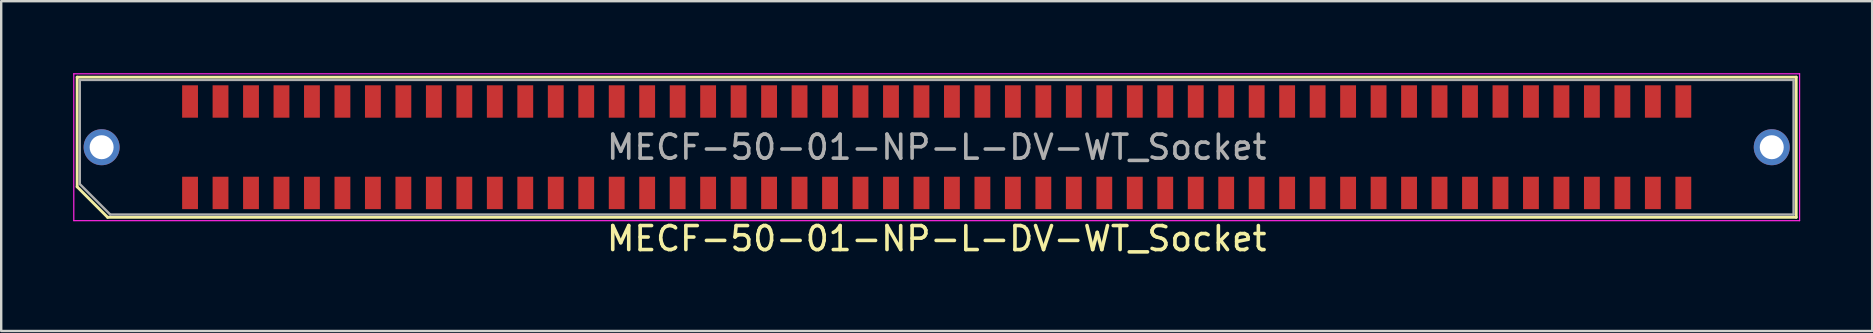
<source format=kicad_pcb>
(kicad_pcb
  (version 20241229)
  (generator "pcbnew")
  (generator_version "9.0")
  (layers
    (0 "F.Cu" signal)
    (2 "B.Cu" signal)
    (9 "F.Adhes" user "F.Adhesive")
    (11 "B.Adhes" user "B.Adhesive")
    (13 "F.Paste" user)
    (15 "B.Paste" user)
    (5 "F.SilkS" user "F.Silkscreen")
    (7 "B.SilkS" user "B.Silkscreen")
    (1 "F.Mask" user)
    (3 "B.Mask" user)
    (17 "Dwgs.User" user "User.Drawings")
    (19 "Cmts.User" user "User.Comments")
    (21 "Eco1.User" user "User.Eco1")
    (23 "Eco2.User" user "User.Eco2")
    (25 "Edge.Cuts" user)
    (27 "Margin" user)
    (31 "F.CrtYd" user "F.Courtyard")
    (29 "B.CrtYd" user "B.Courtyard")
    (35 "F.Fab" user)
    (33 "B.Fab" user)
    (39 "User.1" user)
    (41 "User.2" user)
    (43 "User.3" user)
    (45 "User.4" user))
  (footprint "MECF-50-01-NP-L-DV-WT_Socket"
    (layer "F.Cu")
    (at 35.985 3.085)
    (property "Reference" "MECF-50-01-NP-L-DV-WT_Socket" (at 0 3.81 0) (layer "F.SilkS") (effects (font (size 1 1) (thickness 0.15))))
    (attr smd)
    (fp_line (start -35.82 -2.92) (end 35.82 -2.92) (stroke (width 0.12) (type solid)) (layer "F.SilkS"))
    (fp_line (start -35.82 1.65) (end -35.82 -2.92) (stroke (width 0.12) (type solid)) (layer "F.SilkS"))
    (fp_line (start -34.55 2.92) (end -35.82 1.65) (stroke (width 0.12) (type solid)) (layer "F.SilkS"))
    (fp_line (start -34.55 2.92) (end 35.82 2.92) (stroke (width 0.12) (type solid)) (layer "F.SilkS"))
    (fp_line (start 35.82 2.92) (end 35.82 -2.92) (stroke (width 0.12) (type solid)) (layer "F.SilkS"))
    (fp_line (start -35.96 -3.06) (end -35.96 3.06) (stroke (width 0.05) (type solid)) (layer "F.CrtYd"))
    (fp_line (start -35.96 3.06) (end 35.96 3.06) (stroke (width 0.05) (type solid)) (layer "F.CrtYd"))
    (fp_line (start 35.96 -3.06) (end -35.96 -3.06) (stroke (width 0.05) (type solid)) (layer "F.CrtYd"))
    (fp_line (start 35.96 3.06) (end 35.96 -3.06) (stroke (width 0.05) (type solid)) (layer "F.CrtYd"))
    (fp_line (start -35.71 -2.805) (end 35.71 -2.805) (stroke (width 0.1) (type solid)) (layer "F.Fab"))
    (fp_line (start -35.71 1.535) (end -35.71 -2.805) (stroke (width 0.1) (type solid)) (layer "F.Fab"))
    (fp_line (start -35.71 1.535) (end -34.44 2.805) (stroke (width 0.1) (type solid)) (layer "F.Fab"))
    (fp_line (start -34.44 2.805) (end 35.71 2.805) (stroke (width 0.1) (type solid)) (layer "F.Fab"))
    (fp_line (start 35.71 2.805) (end 35.71 -2.805) (stroke (width 0.1) (type solid)) (layer "F.Fab"))
    (fp_text user "${REFERENCE}" (at 0 0 0) (layer "F.Fab") (effects (font (size 1 1) (thickness 0.15))))
    (pad "" thru_hole circle (at -34.8 0) (size 1.5 1.5) (drill 1) (layers "*.Cu" "*.Mask"))
    (pad "" np_thru_hole circle (at -32.895 0) (size 0.001 0.001) (drill 1.45) (layers "*.Cu" "*.Mask"))
    (pad "" np_thru_hole circle (at 32.895 1) (size 0.001 0.001) (drill 1.45) (layers "*.Cu" "*.Mask"))
    (pad "" thru_hole circle (at 34.8 0) (size 1.5 1.5) (drill 1) (layers "*.Cu" "*.Mask"))
    (pad "1" smd rect (at -31.115 1.905) (size 0.66 1.35) (layers "F.Cu" "F.Mask" "F.Paste"))
    (pad "2" smd rect (at -31.115 -1.905) (size 0.66 1.35) (layers "F.Cu" "F.Mask" "F.Paste"))
    (pad "3" smd rect (at -29.845 1.905) (size 0.66 1.35) (layers "F.Cu" "F.Mask" "F.Paste"))
    (pad "4" smd rect (at -29.845 -1.905) (size 0.66 1.35) (layers "F.Cu" "F.Mask" "F.Paste"))
    (pad "5" smd rect (at -28.575 1.905) (size 0.66 1.35) (layers "F.Cu" "F.Mask" "F.Paste"))
    (pad "6" smd rect (at -28.575 -1.905) (size 0.66 1.35) (layers "F.Cu" "F.Mask" "F.Paste"))
    (pad "7" smd rect (at -27.305 1.905) (size 0.66 1.35) (layers "F.Cu" "F.Mask" "F.Paste"))
    (pad "8" smd rect (at -27.305 -1.905) (size 0.66 1.35) (layers "F.Cu" "F.Mask" "F.Paste"))
    (pad "9" smd rect (at -26.035 1.905) (size 0.66 1.35) (layers "F.Cu" "F.Mask" "F.Paste"))
    (pad "10" smd rect (at -26.035 -1.905) (size 0.66 1.35) (layers "F.Cu" "F.Mask" "F.Paste"))
    (pad "11" smd rect (at -24.765 1.905) (size 0.66 1.35) (layers "F.Cu" "F.Mask" "F.Paste"))
    (pad "12" smd rect (at -24.765 -1.905) (size 0.66 1.35) (layers "F.Cu" "F.Mask" "F.Paste"))
    (pad "13" smd rect (at -23.495 1.905) (size 0.66 1.35) (layers "F.Cu" "F.Mask" "F.Paste"))
    (pad "14" smd rect (at -23.495 -1.905) (size 0.66 1.35) (layers "F.Cu" "F.Mask" "F.Paste"))
    (pad "15" smd rect (at -22.225 1.905) (size 0.66 1.35) (layers "F.Cu" "F.Mask" "F.Paste"))
    (pad "16" smd rect (at -22.225 -1.905) (size 0.66 1.35) (layers "F.Cu" "F.Mask" "F.Paste"))
    (pad "17" smd rect (at -20.955 1.905) (size 0.66 1.35) (layers "F.Cu" "F.Mask" "F.Paste"))
    (pad "18" smd rect (at -20.955 -1.905) (size 0.66 1.35) (layers "F.Cu" "F.Mask" "F.Paste"))
    (pad "19" smd rect (at -19.685 1.905) (size 0.66 1.35) (layers "F.Cu" "F.Mask" "F.Paste"))
    (pad "20" smd rect (at -19.685 -1.905) (size 0.66 1.35) (layers "F.Cu" "F.Mask" "F.Paste"))
    (pad "21" smd rect (at -18.415 1.905) (size 0.66 1.35) (layers "F.Cu" "F.Mask" "F.Paste"))
    (pad "22" smd rect (at -18.415 -1.905) (size 0.66 1.35) (layers "F.Cu" "F.Mask" "F.Paste"))
    (pad "23" smd rect (at -17.145 1.905) (size 0.66 1.35) (layers "F.Cu" "F.Mask" "F.Paste"))
    (pad "24" smd rect (at -17.145 -1.905) (size 0.66 1.35) (layers "F.Cu" "F.Mask" "F.Paste"))
    (pad "25" smd rect (at -15.875 1.905) (size 0.66 1.35) (layers "F.Cu" "F.Mask" "F.Paste"))
    (pad "26" smd rect (at -15.875 -1.905) (size 0.66 1.35) (layers "F.Cu" "F.Mask" "F.Paste"))
    (pad "27" smd rect (at -14.605 1.905) (size 0.66 1.35) (layers "F.Cu" "F.Mask" "F.Paste"))
    (pad "28" smd rect (at -14.605 -1.905) (size 0.66 1.35) (layers "F.Cu" "F.Mask" "F.Paste"))
    (pad "29" smd rect (at -13.335 1.905) (size 0.66 1.35) (layers "F.Cu" "F.Mask" "F.Paste"))
    (pad "30" smd rect (at -13.335 -1.905) (size 0.66 1.35) (layers "F.Cu" "F.Mask" "F.Paste"))
    (pad "31" smd rect (at -12.065 1.905) (size 0.66 1.35) (layers "F.Cu" "F.Mask" "F.Paste"))
    (pad "32" smd rect (at -12.065 -1.905) (size 0.66 1.35) (layers "F.Cu" "F.Mask" "F.Paste"))
    (pad "33" smd rect (at -10.795 1.905) (size 0.66 1.35) (layers "F.Cu" "F.Mask" "F.Paste"))
    (pad "34" smd rect (at -10.795 -1.905) (size 0.66 1.35) (layers "F.Cu" "F.Mask" "F.Paste"))
    (pad "35" smd rect (at -9.525 1.905) (size 0.66 1.35) (layers "F.Cu" "F.Mask" "F.Paste"))
    (pad "36" smd rect (at -9.525 -1.905) (size 0.66 1.35) (layers "F.Cu" "F.Mask" "F.Paste"))
    (pad "37" smd rect (at -8.255 1.905) (size 0.66 1.35) (layers "F.Cu" "F.Mask" "F.Paste"))
    (pad "38" smd rect (at -8.255 -1.905) (size 0.66 1.35) (layers "F.Cu" "F.Mask" "F.Paste"))
    (pad "39" smd rect (at -6.985 1.905) (size 0.66 1.35) (layers "F.Cu" "F.Mask" "F.Paste"))
    (pad "40" smd rect (at -6.985 -1.905) (size 0.66 1.35) (layers "F.Cu" "F.Mask" "F.Paste"))
    (pad "41" smd rect (at -5.715 1.905) (size 0.66 1.35) (layers "F.Cu" "F.Mask" "F.Paste"))
    (pad "42" smd rect (at -5.715 -1.905) (size 0.66 1.35) (layers "F.Cu" "F.Mask" "F.Paste"))
    (pad "43" smd rect (at -4.445 1.905) (size 0.66 1.35) (layers "F.Cu" "F.Mask" "F.Paste"))
    (pad "44" smd rect (at -4.445 -1.905) (size 0.66 1.35) (layers "F.Cu" "F.Mask" "F.Paste"))
    (pad "45" smd rect (at -3.175 1.905) (size 0.66 1.35) (layers "F.Cu" "F.Mask" "F.Paste"))
    (pad "46" smd rect (at -3.175 -1.905) (size 0.66 1.35) (layers "F.Cu" "F.Mask" "F.Paste"))
    (pad "47" smd rect (at -1.905 1.905) (size 0.66 1.35) (layers "F.Cu" "F.Mask" "F.Paste"))
    (pad "48" smd rect (at -1.905 -1.905) (size 0.66 1.35) (layers "F.Cu" "F.Mask" "F.Paste"))
    (pad "49" smd rect (at -0.635 1.905) (size 0.66 1.35) (layers "F.Cu" "F.Mask" "F.Paste"))
    (pad "50" smd rect (at -0.635 -1.905) (size 0.66 1.35) (layers "F.Cu" "F.Mask" "F.Paste"))
    (pad "51" smd rect (at 0.635 1.905) (size 0.66 1.35) (layers "F.Cu" "F.Mask" "F.Paste"))
    (pad "52" smd rect (at 0.635 -1.905) (size 0.66 1.35) (layers "F.Cu" "F.Mask" "F.Paste"))
    (pad "53" smd rect (at 1.905 1.905) (size 0.66 1.35) (layers "F.Cu" "F.Mask" "F.Paste"))
    (pad "54" smd rect (at 1.905 -1.905) (size 0.66 1.35) (layers "F.Cu" "F.Mask" "F.Paste"))
    (pad "55" smd rect (at 3.175 1.905) (size 0.66 1.35) (layers "F.Cu" "F.Mask" "F.Paste"))
    (pad "56" smd rect (at 3.175 -1.905) (size 0.66 1.35) (layers "F.Cu" "F.Mask" "F.Paste"))
    (pad "57" smd rect (at 4.445 1.905) (size 0.66 1.35) (layers "F.Cu" "F.Mask" "F.Paste"))
    (pad "58" smd rect (at 4.445 -1.905) (size 0.66 1.35) (layers "F.Cu" "F.Mask" "F.Paste"))
    (pad "59" smd rect (at 5.715 1.905) (size 0.66 1.35) (layers "F.Cu" "F.Mask" "F.Paste"))
    (pad "60" smd rect (at 5.715 -1.905) (size 0.66 1.35) (layers "F.Cu" "F.Mask" "F.Paste"))
    (pad "61" smd rect (at 6.985 1.905) (size 0.66 1.35) (layers "F.Cu" "F.Mask" "F.Paste"))
    (pad "62" smd rect (at 6.985 -1.905) (size 0.66 1.35) (layers "F.Cu" "F.Mask" "F.Paste"))
    (pad "63" smd rect (at 8.255 1.905) (size 0.66 1.35) (layers "F.Cu" "F.Mask" "F.Paste"))
    (pad "64" smd rect (at 8.255 -1.905) (size 0.66 1.35) (layers "F.Cu" "F.Mask" "F.Paste"))
    (pad "65" smd rect (at 9.525 1.905) (size 0.66 1.35) (layers "F.Cu" "F.Mask" "F.Paste"))
    (pad "66" smd rect (at 9.525 -1.905) (size 0.66 1.35) (layers "F.Cu" "F.Mask" "F.Paste"))
    (pad "67" smd rect (at 10.795 1.905) (size 0.66 1.35) (layers "F.Cu" "F.Mask" "F.Paste"))
    (pad "68" smd rect (at 10.795 -1.905) (size 0.66 1.35) (layers "F.Cu" "F.Mask" "F.Paste"))
    (pad "69" smd rect (at 12.065 1.905) (size 0.66 1.35) (layers "F.Cu" "F.Mask" "F.Paste"))
    (pad "70" smd rect (at 12.065 -1.905) (size 0.66 1.35) (layers "F.Cu" "F.Mask" "F.Paste"))
    (pad "71" smd rect (at 13.335 1.905) (size 0.66 1.35) (layers "F.Cu" "F.Mask" "F.Paste"))
    (pad "72" smd rect (at 13.335 -1.905) (size 0.66 1.35) (layers "F.Cu" "F.Mask" "F.Paste"))
    (pad "73" smd rect (at 14.605 1.905) (size 0.66 1.35) (layers "F.Cu" "F.Mask" "F.Paste"))
    (pad "74" smd rect (at 14.605 -1.905) (size 0.66 1.35) (layers "F.Cu" "F.Mask" "F.Paste"))
    (pad "75" smd rect (at 15.875 1.905) (size 0.66 1.35) (layers "F.Cu" "F.Mask" "F.Paste"))
    (pad "76" smd rect (at 15.875 -1.905) (size 0.66 1.35) (layers "F.Cu" "F.Mask" "F.Paste"))
    (pad "77" smd rect (at 17.145 1.905) (size 0.66 1.35) (layers "F.Cu" "F.Mask" "F.Paste"))
    (pad "78" smd rect (at 17.145 -1.905) (size 0.66 1.35) (layers "F.Cu" "F.Mask" "F.Paste"))
    (pad "79" smd rect (at 18.415 1.905) (size 0.66 1.35) (layers "F.Cu" "F.Mask" "F.Paste"))
    (pad "80" smd rect (at 18.415 -1.905) (size 0.66 1.35) (layers "F.Cu" "F.Mask" "F.Paste"))
    (pad "81" smd rect (at 19.685 1.905) (size 0.66 1.35) (layers "F.Cu" "F.Mask" "F.Paste"))
    (pad "82" smd rect (at 19.685 -1.905) (size 0.66 1.35) (layers "F.Cu" "F.Mask" "F.Paste"))
    (pad "83" smd rect (at 20.955 1.905) (size 0.66 1.35) (layers "F.Cu" "F.Mask" "F.Paste"))
    (pad "84" smd rect (at 20.955 -1.905) (size 0.66 1.35) (layers "F.Cu" "F.Mask" "F.Paste"))
    (pad "85" smd rect (at 22.225 1.905) (size 0.66 1.35) (layers "F.Cu" "F.Mask" "F.Paste"))
    (pad "86" smd rect (at 22.225 -1.905) (size 0.66 1.35) (layers "F.Cu" "F.Mask" "F.Paste"))
    (pad "87" smd rect (at 23.495 1.905) (size 0.66 1.35) (layers "F.Cu" "F.Mask" "F.Paste"))
    (pad "88" smd rect (at 23.495 -1.905) (size 0.66 1.35) (layers "F.Cu" "F.Mask" "F.Paste"))
    (pad "89" smd rect (at 24.765 1.905) (size 0.66 1.35) (layers "F.Cu" "F.Mask" "F.Paste"))
    (pad "90" smd rect (at 24.765 -1.905) (size 0.66 1.35) (layers "F.Cu" "F.Mask" "F.Paste"))
    (pad "91" smd rect (at 26.035 1.905) (size 0.66 1.35) (layers "F.Cu" "F.Mask" "F.Paste"))
    (pad "92" smd rect (at 26.035 -1.905) (size 0.66 1.35) (layers "F.Cu" "F.Mask" "F.Paste"))
    (pad "93" smd rect (at 27.305 1.905) (size 0.66 1.35) (layers "F.Cu" "F.Mask" "F.Paste"))
    (pad "94" smd rect (at 27.305 -1.905) (size 0.66 1.35) (layers "F.Cu" "F.Mask" "F.Paste"))
    (pad "95" smd rect (at 28.575 1.905) (size 0.66 1.35) (layers "F.Cu" "F.Mask" "F.Paste"))
    (pad "96" smd rect (at 28.575 -1.905) (size 0.66 1.35) (layers "F.Cu" "F.Mask" "F.Paste"))
    (pad "97" smd rect (at 29.845 1.905) (size 0.66 1.35) (layers "F.Cu" "F.Mask" "F.Paste"))
    (pad "98" smd rect (at 29.845 -1.905) (size 0.66 1.35) (layers "F.Cu" "F.Mask" "F.Paste"))
    (pad "99" smd rect (at 31.115 1.905) (size 0.66 1.35) (layers "F.Cu" "F.Mask" "F.Paste"))
    (pad "100" smd rect (at 31.115 -1.905) (size 0.66 1.35) (layers "F.Cu" "F.Mask" "F.Paste")))
  (gr_rect
    (start -3 -3)
    (end 74.97 10.743)
    (stroke (width 0.1) (type default))
    (fill no)
    (layer "Edge.Cuts")))
</source>
